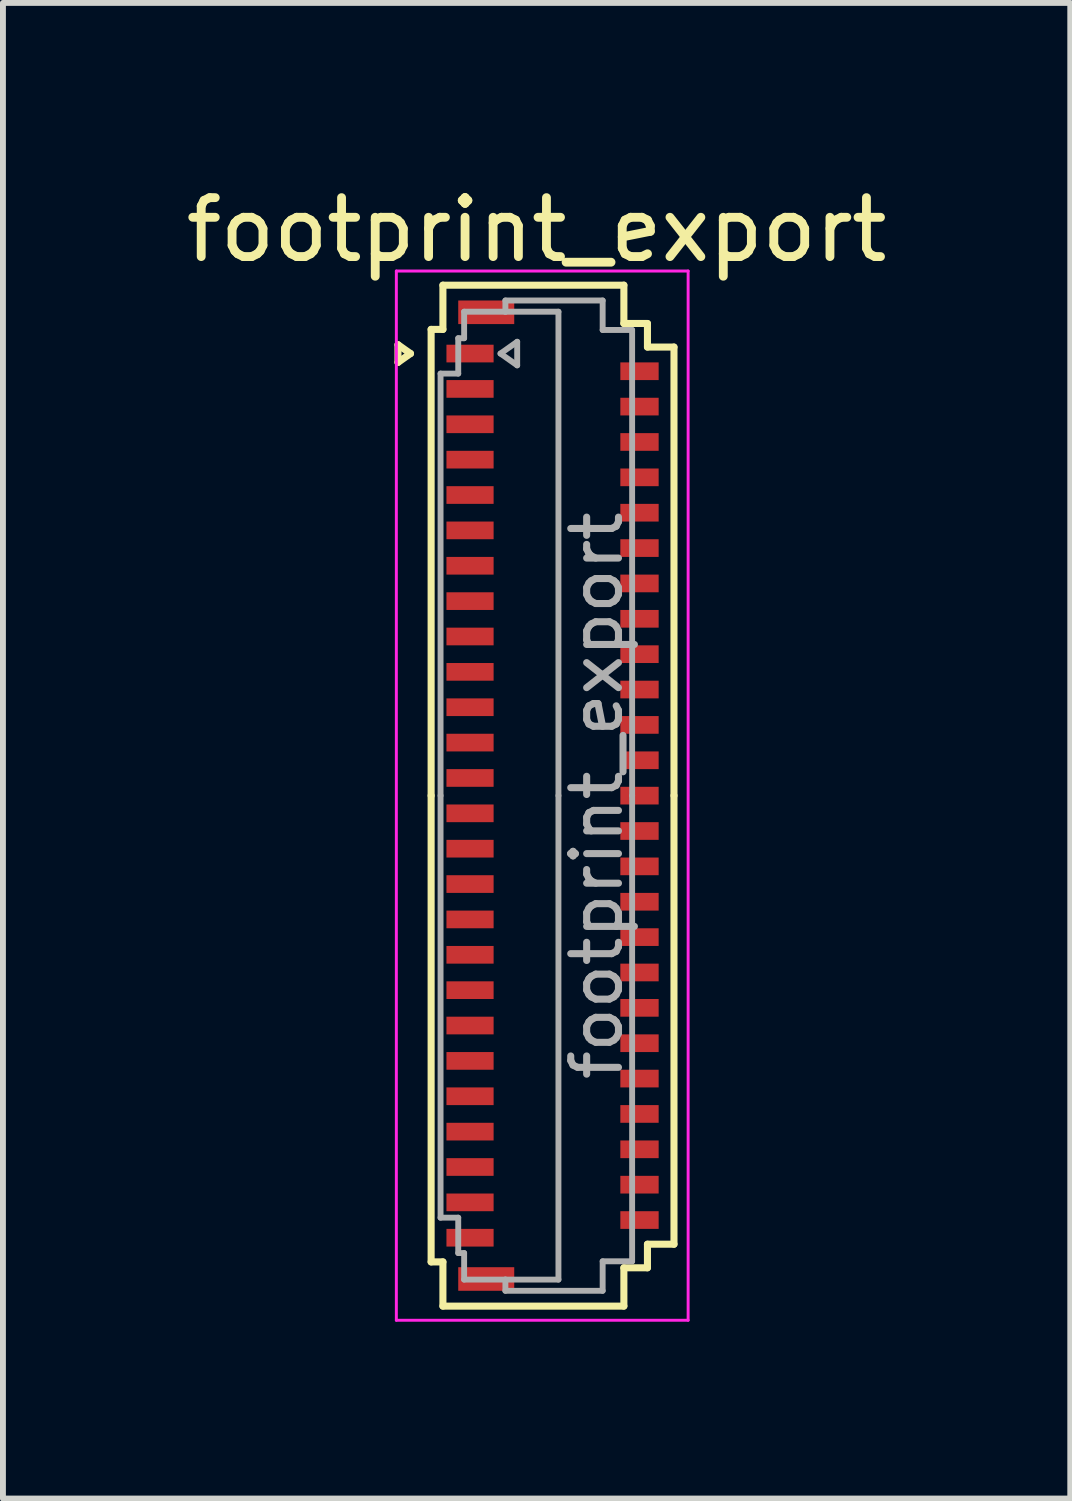
<source format=kicad_pcb>
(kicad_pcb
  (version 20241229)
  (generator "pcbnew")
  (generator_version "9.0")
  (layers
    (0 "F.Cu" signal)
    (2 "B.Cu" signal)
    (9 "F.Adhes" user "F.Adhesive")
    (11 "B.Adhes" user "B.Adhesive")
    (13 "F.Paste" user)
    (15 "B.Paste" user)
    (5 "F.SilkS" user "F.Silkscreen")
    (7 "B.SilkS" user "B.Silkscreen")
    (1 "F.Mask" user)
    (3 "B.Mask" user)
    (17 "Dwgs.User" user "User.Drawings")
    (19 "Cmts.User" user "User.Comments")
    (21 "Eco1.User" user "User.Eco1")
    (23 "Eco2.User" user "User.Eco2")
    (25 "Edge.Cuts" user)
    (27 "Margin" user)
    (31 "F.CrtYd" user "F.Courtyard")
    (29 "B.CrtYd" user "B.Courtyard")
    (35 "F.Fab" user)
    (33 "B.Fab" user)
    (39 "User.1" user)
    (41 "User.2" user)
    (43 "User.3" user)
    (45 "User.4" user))
  (footprint "footprint_export"
    (layer "F.Cu")
    (at 6.324 10.448)
    (property "Reference" "footprint_export" (at -0.27 -9.6 0) (layer "F.SilkS") (effects (font (size 1 1) (thickness 0.15))))
    (attr smd)
    (fp_line (start -2.622 -7.65) (end -2.41 -7.5) (stroke (width 0.12) (type solid)) (layer "F.SilkS"))
    (fp_line (start -2.622 -7.35) (end -2.622 -7.65) (stroke (width 0.12) (type solid)) (layer "F.SilkS"))
    (fp_line (start -2.41 -7.5) (end -2.622 -7.35) (stroke (width 0.12) (type solid)) (layer "F.SilkS"))
    (fp_line (start -2.06 -7.91) (end -2.06 0) (stroke (width 0.12) (type solid)) (layer "F.SilkS"))
    (fp_line (start -2.06 7.91) (end -2.06 0) (stroke (width 0.12) (type solid)) (layer "F.SilkS"))
    (fp_line (start -1.86 -8.66) (end -1.86 -7.91) (stroke (width 0.12) (type solid)) (layer "F.SilkS"))
    (fp_line (start -1.86 -7.91) (end -2.06 -7.91) (stroke (width 0.12) (type solid)) (layer "F.SilkS"))
    (fp_line (start -1.86 7.91) (end -2.06 7.91) (stroke (width 0.12) (type solid)) (layer "F.SilkS"))
    (fp_line (start -1.86 8.66) (end -1.86 7.91) (stroke (width 0.12) (type solid)) (layer "F.SilkS"))
    (fp_line (start 1.21 -8.66) (end -1.86 -8.66) (stroke (width 0.12) (type solid)) (layer "F.SilkS"))
    (fp_line (start 1.21 -8.01) (end 1.21 -8.66) (stroke (width 0.12) (type solid)) (layer "F.SilkS"))
    (fp_line (start 1.21 8.01) (end 1.21 8.66) (stroke (width 0.12) (type solid)) (layer "F.SilkS"))
    (fp_line (start 1.21 8.66) (end -1.86 8.66) (stroke (width 0.12) (type solid)) (layer "F.SilkS"))
    (fp_line (start 1.61 -8.01) (end 1.21 -8.01) (stroke (width 0.12) (type solid)) (layer "F.SilkS"))
    (fp_line (start 1.61 -7.61) (end 1.61 -8.01) (stroke (width 0.12) (type solid)) (layer "F.SilkS"))
    (fp_line (start 1.61 7.61) (end 1.61 8.01) (stroke (width 0.12) (type solid)) (layer "F.SilkS"))
    (fp_line (start 1.61 8.01) (end 1.21 8.01) (stroke (width 0.12) (type solid)) (layer "F.SilkS"))
    (fp_line (start 2.06 -7.61) (end 1.61 -7.61) (stroke (width 0.12) (type solid)) (layer "F.SilkS"))
    (fp_line (start 2.06 0) (end 2.06 -7.61) (stroke (width 0.12) (type solid)) (layer "F.SilkS"))
    (fp_line (start 2.06 0) (end 2.06 7.61) (stroke (width 0.12) (type solid)) (layer "F.SilkS"))
    (fp_line (start 2.06 7.61) (end 1.61 7.61) (stroke (width 0.12) (type solid)) (layer "F.SilkS"))
    (fp_line (start -2.65 -8.9) (end -2.65 8.9) (stroke (width 0.05) (type solid)) (layer "F.CrtYd"))
    (fp_line (start -2.65 8.9) (end 2.3 8.9) (stroke (width 0.05) (type solid)) (layer "F.CrtYd"))
    (fp_line (start 2.3 -8.9) (end -2.65 -8.9) (stroke (width 0.05) (type solid)) (layer "F.CrtYd"))
    (fp_line (start 2.3 8.9) (end 2.3 -8.9) (stroke (width 0.05) (type solid)) (layer "F.CrtYd"))
    (fp_line (start -1.9 -7.16) (end -1.6 -7.16) (stroke (width 0.1) (type solid)) (layer "F.Fab"))
    (fp_line (start -1.9 0) (end -1.9 -7.16) (stroke (width 0.1) (type solid)) (layer "F.Fab"))
    (fp_line (start -1.9 0) (end -1.9 7.16) (stroke (width 0.1) (type solid)) (layer "F.Fab"))
    (fp_line (start -1.9 7.16) (end -1.6 7.16) (stroke (width 0.1) (type solid)) (layer "F.Fab"))
    (fp_line (start -1.6 -7.76) (end -1.5 -7.76) (stroke (width 0.1) (type solid)) (layer "F.Fab"))
    (fp_line (start -1.6 -7.16) (end -1.6 -7.76) (stroke (width 0.1) (type solid)) (layer "F.Fab"))
    (fp_line (start -1.6 7.16) (end -1.6 7.76) (stroke (width 0.1) (type solid)) (layer "F.Fab"))
    (fp_line (start -1.6 7.76) (end -1.5 7.76) (stroke (width 0.1) (type solid)) (layer "F.Fab"))
    (fp_line (start -1.5 -8.21) (end -0.8 -8.21) (stroke (width 0.1) (type solid)) (layer "F.Fab"))
    (fp_line (start -1.5 -7.76) (end -1.5 -8.21) (stroke (width 0.1) (type solid)) (layer "F.Fab"))
    (fp_line (start -1.5 7.76) (end -1.5 8.21) (stroke (width 0.1) (type solid)) (layer "F.Fab"))
    (fp_line (start -1.5 8.21) (end -0.8 8.21) (stroke (width 0.1) (type solid)) (layer "F.Fab"))
    (fp_line (start -0.883 -7.5) (end -0.6 -7.3) (stroke (width 0.1) (type solid)) (layer "F.Fab"))
    (fp_line (start -0.8 -8.4) (end 0.85 -8.4) (stroke (width 0.1) (type solid)) (layer "F.Fab"))
    (fp_line (start -0.8 -8.21) (end -0.8 -8.4) (stroke (width 0.1) (type solid)) (layer "F.Fab"))
    (fp_line (start -0.8 8.21) (end -0.8 8.4) (stroke (width 0.1) (type solid)) (layer "F.Fab"))
    (fp_line (start -0.8 8.4) (end 0.85 8.4) (stroke (width 0.1) (type solid)) (layer "F.Fab"))
    (fp_line (start -0.6 -7.7) (end -0.883 -7.5) (stroke (width 0.1) (type solid)) (layer "F.Fab"))
    (fp_line (start -0.6 -7.3) (end -0.6 -7.7) (stroke (width 0.1) (type solid)) (layer "F.Fab"))
    (fp_line (start 0.1 -8.21) (end -0.8 -8.21) (stroke (width 0.1) (type solid)) (layer "F.Fab"))
    (fp_line (start 0.1 0) (end 0.1 -8.21) (stroke (width 0.1) (type solid)) (layer "F.Fab"))
    (fp_line (start 0.1 0) (end 0.1 8.21) (stroke (width 0.1) (type solid)) (layer "F.Fab"))
    (fp_line (start 0.1 8.21) (end -0.8 8.21) (stroke (width 0.1) (type solid)) (layer "F.Fab"))
    (fp_line (start 0.85 -8.4) (end 0.85 -7.9) (stroke (width 0.1) (type solid)) (layer "F.Fab"))
    (fp_line (start 0.85 -7.9) (end 1.35 -7.9) (stroke (width 0.1) (type solid)) (layer "F.Fab"))
    (fp_line (start 0.85 7.9) (end 1.35 7.9) (stroke (width 0.1) (type solid)) (layer "F.Fab"))
    (fp_line (start 0.85 8.4) (end 0.85 7.9) (stroke (width 0.1) (type solid)) (layer "F.Fab"))
    (fp_line (start 1.35 -7.9) (end 1.35 0) (stroke (width 0.1) (type solid)) (layer "F.Fab"))
    (fp_line (start 1.35 7.9) (end 1.35 0) (stroke (width 0.1) (type solid)) (layer "F.Fab"))
    (fp_text user "${REFERENCE}" (at 0.75 0 90) (layer "F.Fab") (effects (font (size 0.81 0.81) (thickness 0.12))))
    (pad "1" smd rect (at -1.4 -7.5) (size 0.8 0.3) (layers "F.Cu" "F.Mask" "F.Paste"))
    (pad "2" smd rect (at 1.475 -7.2) (size 0.65 0.3) (layers "F.Cu" "F.Mask" "F.Paste"))
    (pad "3" smd rect (at -1.4 -6.9) (size 0.8 0.3) (layers "F.Cu" "F.Mask" "F.Paste"))
    (pad "4" smd rect (at 1.475 -6.6) (size 0.65 0.3) (layers "F.Cu" "F.Mask" "F.Paste"))
    (pad "5" smd rect (at -1.4 -6.3) (size 0.8 0.3) (layers "F.Cu" "F.Mask" "F.Paste"))
    (pad "6" smd rect (at 1.475 -6) (size 0.65 0.3) (layers "F.Cu" "F.Mask" "F.Paste"))
    (pad "7" smd rect (at -1.4 -5.7) (size 0.8 0.3) (layers "F.Cu" "F.Mask" "F.Paste"))
    (pad "8" smd rect (at 1.475 -5.4) (size 0.65 0.3) (layers "F.Cu" "F.Mask" "F.Paste"))
    (pad "9" smd rect (at -1.4 -5.1) (size 0.8 0.3) (layers "F.Cu" "F.Mask" "F.Paste"))
    (pad "10" smd rect (at 1.475 -4.8) (size 0.65 0.3) (layers "F.Cu" "F.Mask" "F.Paste"))
    (pad "11" smd rect (at -1.4 -4.5) (size 0.8 0.3) (layers "F.Cu" "F.Mask" "F.Paste"))
    (pad "12" smd rect (at 1.475 -4.2) (size 0.65 0.3) (layers "F.Cu" "F.Mask" "F.Paste"))
    (pad "13" smd rect (at -1.4 -3.9) (size 0.8 0.3) (layers "F.Cu" "F.Mask" "F.Paste"))
    (pad "14" smd rect (at 1.475 -3.6) (size 0.65 0.3) (layers "F.Cu" "F.Mask" "F.Paste"))
    (pad "15" smd rect (at -1.4 -3.3) (size 0.8 0.3) (layers "F.Cu" "F.Mask" "F.Paste"))
    (pad "16" smd rect (at 1.475 -3) (size 0.65 0.3) (layers "F.Cu" "F.Mask" "F.Paste"))
    (pad "17" smd rect (at -1.4 -2.7) (size 0.8 0.3) (layers "F.Cu" "F.Mask" "F.Paste"))
    (pad "18" smd rect (at 1.475 -2.4) (size 0.65 0.3) (layers "F.Cu" "F.Mask" "F.Paste"))
    (pad "19" smd rect (at -1.4 -2.1) (size 0.8 0.3) (layers "F.Cu" "F.Mask" "F.Paste"))
    (pad "20" smd rect (at 1.475 -1.8) (size 0.65 0.3) (layers "F.Cu" "F.Mask" "F.Paste"))
    (pad "21" smd rect (at -1.4 -1.5) (size 0.8 0.3) (layers "F.Cu" "F.Mask" "F.Paste"))
    (pad "22" smd rect (at 1.475 -1.2) (size 0.65 0.3) (layers "F.Cu" "F.Mask" "F.Paste"))
    (pad "23" smd rect (at -1.4 -0.9) (size 0.8 0.3) (layers "F.Cu" "F.Mask" "F.Paste"))
    (pad "24" smd rect (at 1.475 -0.6) (size 0.65 0.3) (layers "F.Cu" "F.Mask" "F.Paste"))
    (pad "25" smd rect (at -1.4 -0.3) (size 0.8 0.3) (layers "F.Cu" "F.Mask" "F.Paste"))
    (pad "26" smd rect (at 1.475 0) (size 0.65 0.3) (layers "F.Cu" "F.Mask" "F.Paste"))
    (pad "27" smd rect (at -1.4 0.3) (size 0.8 0.3) (layers "F.Cu" "F.Mask" "F.Paste"))
    (pad "28" smd rect (at 1.475 0.6) (size 0.65 0.3) (layers "F.Cu" "F.Mask" "F.Paste"))
    (pad "29" smd rect (at -1.4 0.9) (size 0.8 0.3) (layers "F.Cu" "F.Mask" "F.Paste"))
    (pad "30" smd rect (at 1.475 1.2) (size 0.65 0.3) (layers "F.Cu" "F.Mask" "F.Paste"))
    (pad "31" smd rect (at -1.4 1.5) (size 0.8 0.3) (layers "F.Cu" "F.Mask" "F.Paste"))
    (pad "32" smd rect (at 1.475 1.8) (size 0.65 0.3) (layers "F.Cu" "F.Mask" "F.Paste"))
    (pad "33" smd rect (at -1.4 2.1) (size 0.8 0.3) (layers "F.Cu" "F.Mask" "F.Paste"))
    (pad "34" smd rect (at 1.475 2.4) (size 0.65 0.3) (layers "F.Cu" "F.Mask" "F.Paste"))
    (pad "35" smd rect (at -1.4 2.7) (size 0.8 0.3) (layers "F.Cu" "F.Mask" "F.Paste"))
    (pad "36" smd rect (at 1.475 3) (size 0.65 0.3) (layers "F.Cu" "F.Mask" "F.Paste"))
    (pad "37" smd rect (at -1.4 3.3) (size 0.8 0.3) (layers "F.Cu" "F.Mask" "F.Paste"))
    (pad "38" smd rect (at 1.475 3.6) (size 0.65 0.3) (layers "F.Cu" "F.Mask" "F.Paste"))
    (pad "39" smd rect (at -1.4 3.9) (size 0.8 0.3) (layers "F.Cu" "F.Mask" "F.Paste"))
    (pad "40" smd rect (at 1.475 4.2) (size 0.65 0.3) (layers "F.Cu" "F.Mask" "F.Paste"))
    (pad "41" smd rect (at -1.4 4.5) (size 0.8 0.3) (layers "F.Cu" "F.Mask" "F.Paste"))
    (pad "42" smd rect (at 1.475 4.8) (size 0.65 0.3) (layers "F.Cu" "F.Mask" "F.Paste"))
    (pad "43" smd rect (at -1.4 5.1) (size 0.8 0.3) (layers "F.Cu" "F.Mask" "F.Paste"))
    (pad "44" smd rect (at 1.475 5.4) (size 0.65 0.3) (layers "F.Cu" "F.Mask" "F.Paste"))
    (pad "45" smd rect (at -1.4 5.7) (size 0.8 0.3) (layers "F.Cu" "F.Mask" "F.Paste"))
    (pad "46" smd rect (at 1.475 6) (size 0.65 0.3) (layers "F.Cu" "F.Mask" "F.Paste"))
    (pad "47" smd rect (at -1.4 6.3) (size 0.8 0.3) (layers "F.Cu" "F.Mask" "F.Paste"))
    (pad "48" smd rect (at 1.475 6.6) (size 0.65 0.3) (layers "F.Cu" "F.Mask" "F.Paste"))
    (pad "49" smd rect (at -1.4 6.9) (size 0.8 0.3) (layers "F.Cu" "F.Mask" "F.Paste"))
    (pad "50" smd rect (at 1.475 7.2) (size 0.65 0.3) (layers "F.Cu" "F.Mask" "F.Paste"))
    (pad "51" smd rect (at -1.4 7.5) (size 0.8 0.3) (layers "F.Cu" "F.Mask" "F.Paste"))
    (pad "MP" smd rect (at -1.125 -8.2) (size 0.95 0.4) (layers "F.Cu" "F.Mask" "F.Paste"))
    (pad "MP" smd rect (at -1.125 8.2) (size 0.95 0.4) (layers "F.Cu" "F.Mask" "F.Paste")))
  (gr_rect
    (start -3 -3)
    (end 15.107 22.373)
    (stroke (width 0.1) (type default))
    (fill no)
    (layer "Edge.Cuts")))
</source>
